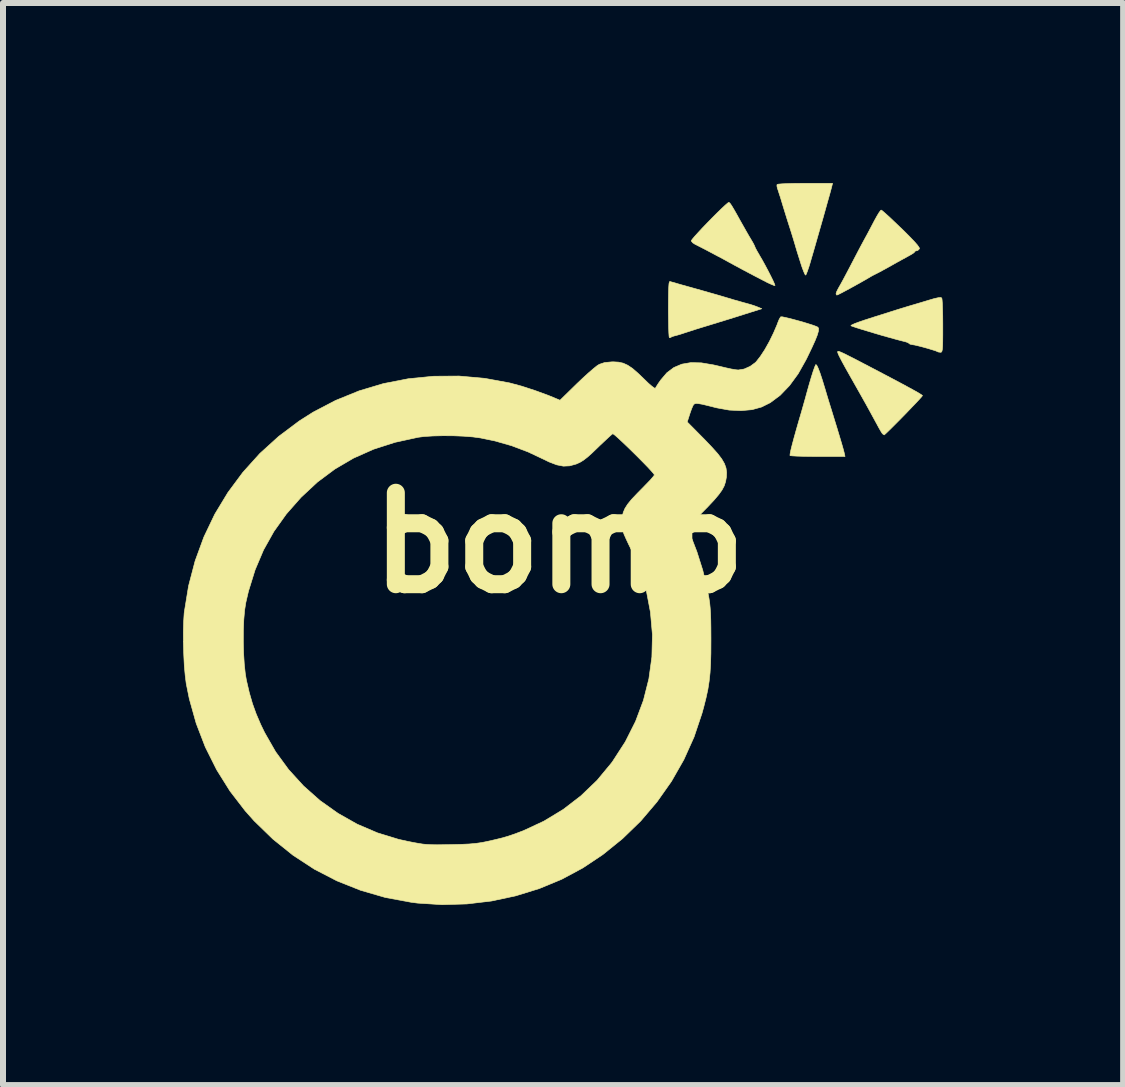
<source format=kicad_pcb>
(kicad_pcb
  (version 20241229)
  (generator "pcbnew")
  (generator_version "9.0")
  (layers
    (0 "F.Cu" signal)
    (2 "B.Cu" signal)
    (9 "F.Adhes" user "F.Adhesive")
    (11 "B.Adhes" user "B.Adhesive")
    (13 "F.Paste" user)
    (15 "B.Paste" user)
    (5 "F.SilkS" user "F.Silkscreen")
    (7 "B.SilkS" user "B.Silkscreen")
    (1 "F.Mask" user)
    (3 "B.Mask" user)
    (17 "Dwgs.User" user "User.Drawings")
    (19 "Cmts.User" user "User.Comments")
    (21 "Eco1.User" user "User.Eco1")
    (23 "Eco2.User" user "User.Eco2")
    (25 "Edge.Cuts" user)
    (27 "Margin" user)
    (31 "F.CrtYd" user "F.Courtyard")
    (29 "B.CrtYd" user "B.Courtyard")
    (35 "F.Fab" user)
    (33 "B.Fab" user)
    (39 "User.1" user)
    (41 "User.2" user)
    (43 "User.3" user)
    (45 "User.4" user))
  (footprint "bomb"
    (layer "F.Cu")
    (at 6.267 5.995)
    (property "Reference" "bomb" (at 0 0 0) (layer "F.SilkS") (effects (font (size 1.524 1.524) (thickness 0.3))))
    (attr through_hole)
    (fp_poly (pts (xy 4.291 -2.961) (xy 4.314 -2.914) (xy 4.346 -2.831) (xy 4.384 -2.716) (xy 4.425 -2.582) (xy 4.454 -2.484) (xy 4.489 -2.368) (xy 4.524 -2.255) (xy 4.531 -2.233) (xy 4.582 -2.067) (xy 4.63 -1.911) (xy 4.672 -1.771) (xy 4.707 -1.654) (xy 4.733 -1.563) (xy 4.748 -1.506) (xy 4.75 -1.498) (xy 4.763 -1.439) (xy 4.309 -1.439) (xy 4.175 -1.44) (xy 4.056 -1.442) (xy 3.957 -1.445) (xy 3.887 -1.449) (xy 3.85 -1.453) (xy 3.846 -1.455) (xy 3.848 -1.482) (xy 3.86 -1.544) (xy 3.883 -1.636) (xy 3.914 -1.752) (xy 3.952 -1.888) (xy 3.995 -2.038) (xy 4.009 -2.085) (xy 4.038 -2.184) (xy 4.072 -2.304) (xy 4.106 -2.424) (xy 4.117 -2.466) (xy 4.161 -2.623) (xy 4.2 -2.756) (xy 4.233 -2.861) (xy 4.259 -2.933) (xy 4.275 -2.969) (xy 4.276 -2.97) (xy 4.291 -2.961)) (stroke (width 0.01) (type solid)) (fill yes) (layer "F.SilkS"))
    (fp_poly (pts (xy 4.541 -5.932) (xy 4.528 -5.883) (xy 4.506 -5.802) (xy 4.475 -5.693) (xy 4.439 -5.564) (xy 4.399 -5.421) (xy 4.356 -5.271) (xy 4.313 -5.121) (xy 4.272 -4.977) (xy 4.234 -4.845) (xy 4.201 -4.733) (xy 4.176 -4.646) (xy 4.159 -4.591) (xy 4.156 -4.583) (xy 4.134 -4.52) (xy 4.116 -4.475) (xy 4.108 -4.461) (xy 4.096 -4.473) (xy 4.076 -4.517) (xy 4.05 -4.585) (xy 4.038 -4.62) (xy 4.004 -4.727) (xy 3.967 -4.845) (xy 3.936 -4.948) (xy 3.935 -4.953) (xy 3.905 -5.053) (xy 3.869 -5.17) (xy 3.834 -5.28) (xy 3.83 -5.292) (xy 3.795 -5.402) (xy 3.756 -5.528) (xy 3.72 -5.645) (xy 3.715 -5.662) (xy 3.688 -5.752) (xy 3.662 -5.831) (xy 3.644 -5.887) (xy 3.638 -5.902) (xy 3.628 -5.947) (xy 3.631 -5.971) (xy 3.655 -5.977) (xy 3.716 -5.982) (xy 3.807 -5.986) (xy 3.922 -5.989) (xy 4.057 -5.99) (xy 4.099 -5.99) (xy 4.555 -5.99) (xy 4.541 -5.932)) (stroke (width 0.01) (type solid)) (fill yes) (layer "F.SilkS"))
    (fp_poly (pts (xy 1.847 -4.355) (xy 1.875 -4.346) (xy 1.937 -4.329) (xy 2.025 -4.303) (xy 2.133 -4.273) (xy 2.233 -4.245) (xy 2.369 -4.207) (xy 2.508 -4.167) (xy 2.638 -4.13) (xy 2.747 -4.098) (xy 2.794 -4.084) (xy 2.896 -4.053) (xy 2.999 -4.024) (xy 3.084 -4) (xy 3.111 -3.993) (xy 3.193 -3.97) (xy 3.27 -3.944) (xy 3.302 -3.932) (xy 3.376 -3.901) (xy 3.069 -3.804) (xy 2.933 -3.761) (xy 2.785 -3.715) (xy 2.641 -3.671) (xy 2.518 -3.633) (xy 2.508 -3.63) (xy 2.393 -3.595) (xy 2.276 -3.559) (xy 2.172 -3.525) (xy 2.106 -3.504) (xy 2.027 -3.478) (xy 1.96 -3.458) (xy 1.917 -3.447) (xy 1.916 -3.447) (xy 1.875 -3.434) (xy 1.861 -3.423) (xy 1.838 -3.419) (xy 1.835 -3.422) (xy 1.831 -3.446) (xy 1.827 -3.507) (xy 1.824 -3.597) (xy 1.822 -3.711) (xy 1.82 -3.841) (xy 1.82 -3.9) (xy 1.821 -4.058) (xy 1.823 -4.178) (xy 1.826 -4.263) (xy 1.83 -4.318) (xy 1.837 -4.348) (xy 1.846 -4.355) (xy 1.847 -4.355)) (stroke (width 0.01) (type solid)) (fill yes) (layer "F.SilkS"))
    (fp_poly (pts (xy 4.672 -3.186) (xy 4.706 -3.172) (xy 4.758 -3.148) (xy 4.831 -3.111) (xy 4.93 -3.061) (xy 5.056 -2.995) (xy 5.215 -2.912) (xy 5.324 -2.855) (xy 5.525 -2.749) (xy 5.691 -2.661) (xy 5.822 -2.59) (xy 5.923 -2.535) (xy 5.993 -2.495) (xy 6.036 -2.468) (xy 6.053 -2.454) (xy 6.054 -2.453) (xy 6.039 -2.434) (xy 6.001 -2.391) (xy 5.943 -2.329) (xy 5.87 -2.253) (xy 5.79 -2.169) (xy 5.705 -2.082) (xy 5.623 -1.999) (xy 5.547 -1.923) (xy 5.484 -1.861) (xy 5.439 -1.818) (xy 5.417 -1.799) (xy 5.416 -1.799) (xy 5.393 -1.813) (xy 5.381 -1.826) (xy 5.362 -1.856) (xy 5.329 -1.913) (xy 5.289 -1.987) (xy 5.272 -2.018) (xy 5.23 -2.095) (xy 5.174 -2.198) (xy 5.109 -2.316) (xy 5.041 -2.437) (xy 5.009 -2.494) (xy 4.909 -2.671) (xy 4.828 -2.814) (xy 4.764 -2.928) (xy 4.716 -3.016) (xy 4.682 -3.081) (xy 4.659 -3.127) (xy 4.646 -3.158) (xy 4.64 -3.177) (xy 4.641 -3.187) (xy 4.644 -3.19) (xy 4.652 -3.192) (xy 4.672 -3.186)) (stroke (width 0.01) (type solid)) (fill yes) (layer "F.SilkS"))
    (fp_poly (pts (xy 2.837 -5.668) (xy 2.853 -5.65) (xy 2.876 -5.616) (xy 2.91 -5.559) (xy 2.957 -5.477) (xy 3.019 -5.365) (xy 3.066 -5.282) (xy 3.114 -5.197) (xy 3.165 -5.108) (xy 3.198 -5.053) (xy 3.232 -4.995) (xy 3.254 -4.952) (xy 3.26 -4.937) (xy 3.27 -4.912) (xy 3.297 -4.862) (xy 3.335 -4.797) (xy 3.336 -4.794) (xy 3.382 -4.716) (xy 3.431 -4.627) (xy 3.48 -4.535) (xy 3.525 -4.447) (xy 3.562 -4.372) (xy 3.587 -4.316) (xy 3.596 -4.289) (xy 3.596 -4.287) (xy 3.574 -4.291) (xy 3.526 -4.311) (xy 3.471 -4.336) (xy 3.392 -4.377) (xy 3.286 -4.432) (xy 3.166 -4.495) (xy 3.042 -4.561) (xy 2.925 -4.624) (xy 2.826 -4.678) (xy 2.826 -4.678) (xy 2.743 -4.724) (xy 2.643 -4.777) (xy 2.536 -4.834) (xy 2.434 -4.888) (xy 2.346 -4.933) (xy 2.282 -4.966) (xy 2.27 -4.971) (xy 2.225 -5) (xy 2.202 -5.029) (xy 2.201 -5.033) (xy 2.216 -5.056) (xy 2.255 -5.103) (xy 2.314 -5.168) (xy 2.386 -5.246) (xy 2.467 -5.33) (xy 2.552 -5.417) (xy 2.633 -5.498) (xy 2.707 -5.57) (xy 2.768 -5.627) (xy 2.81 -5.663) (xy 2.826 -5.673) (xy 2.837 -5.668)) (stroke (width 0.01) (type solid)) (fill yes) (layer "F.SilkS"))
    (fp_poly (pts (xy 5.387 -5.531) (xy 5.433 -5.491) (xy 5.5 -5.431) (xy 5.582 -5.353) (xy 5.675 -5.264) (xy 5.702 -5.239) (xy 5.822 -5.12) (xy 5.912 -5.027) (xy 5.971 -4.96) (xy 6 -4.917) (xy 6.004 -4.901) (xy 5.976 -4.872) (xy 5.959 -4.868) (xy 5.93 -4.86) (xy 5.927 -4.852) (xy 5.91 -4.833) (xy 5.867 -4.805) (xy 5.847 -4.794) (xy 5.797 -4.766) (xy 5.72 -4.724) (xy 5.629 -4.674) (xy 5.551 -4.63) (xy 5.46 -4.579) (xy 5.379 -4.535) (xy 5.318 -4.502) (xy 5.286 -4.486) (xy 5.229 -4.457) (xy 5.196 -4.439) (xy 5.127 -4.398) (xy 5.041 -4.349) (xy 4.948 -4.297) (xy 4.854 -4.245) (xy 4.767 -4.198) (xy 4.695 -4.16) (xy 4.645 -4.135) (xy 4.626 -4.128) (xy 4.615 -4.144) (xy 4.614 -4.154) (xy 4.625 -4.188) (xy 4.651 -4.239) (xy 4.66 -4.255) (xy 4.685 -4.299) (xy 4.726 -4.373) (xy 4.776 -4.467) (xy 4.832 -4.573) (xy 4.859 -4.625) (xy 4.919 -4.74) (xy 4.979 -4.855) (xy 5.033 -4.957) (xy 5.076 -5.037) (xy 5.088 -5.059) (xy 5.135 -5.145) (xy 5.19 -5.249) (xy 5.244 -5.352) (xy 5.254 -5.371) (xy 5.296 -5.447) (xy 5.332 -5.506) (xy 5.358 -5.54) (xy 5.366 -5.545) (xy 5.387 -5.531)) (stroke (width 0.01) (type solid)) (fill yes) (layer "F.SilkS"))
    (fp_poly (pts (xy 6.375 -4.079) (xy 6.38 -4.051) (xy 6.385 -3.987) (xy 6.388 -3.895) (xy 6.391 -3.78) (xy 6.392 -3.65) (xy 6.392 -3.614) (xy 6.392 -3.467) (xy 6.391 -3.357) (xy 6.389 -3.279) (xy 6.385 -3.227) (xy 6.379 -3.196) (xy 6.371 -3.18) (xy 6.359 -3.175) (xy 6.354 -3.175) (xy 6.316 -3.18) (xy 6.305 -3.185) (xy 6.279 -3.197) (xy 6.223 -3.215) (xy 6.148 -3.238) (xy 6.066 -3.261) (xy 5.988 -3.281) (xy 5.924 -3.296) (xy 5.886 -3.302) (xy 5.885 -3.302) (xy 5.845 -3.311) (xy 5.832 -3.322) (xy 5.805 -3.339) (xy 5.755 -3.355) (xy 5.752 -3.355) (xy 5.696 -3.369) (xy 5.613 -3.391) (xy 5.512 -3.419) (xy 5.397 -3.451) (xy 5.278 -3.486) (xy 5.162 -3.521) (xy 5.055 -3.553) (xy 4.965 -3.581) (xy 4.899 -3.603) (xy 4.864 -3.616) (xy 4.861 -3.618) (xy 4.874 -3.63) (xy 4.921 -3.652) (xy 4.996 -3.68) (xy 5.092 -3.713) (xy 5.158 -3.734) (xy 5.282 -3.774) (xy 5.407 -3.813) (xy 5.52 -3.849) (xy 5.609 -3.877) (xy 5.63 -3.884) (xy 5.718 -3.911) (xy 5.8 -3.936) (xy 5.86 -3.954) (xy 5.863 -3.955) (xy 5.915 -3.97) (xy 5.995 -3.994) (xy 6.089 -4.022) (xy 6.148 -4.04) (xy 6.25 -4.07) (xy 6.318 -4.085) (xy 6.358 -4.088) (xy 6.375 -4.079)) (stroke (width 0.01) (type solid)) (fill yes) (layer "F.SilkS"))
    (fp_poly (pts (xy 3.718 -3.766) (xy 3.775 -3.754) (xy 3.855 -3.735) (xy 3.948 -3.71) (xy 4.047 -3.683) (xy 4.142 -3.654) (xy 4.224 -3.628) (xy 4.284 -3.606) (xy 4.311 -3.593) (xy 4.323 -3.571) (xy 4.32 -3.528) (xy 4.301 -3.462) (xy 4.264 -3.369) (xy 4.208 -3.246) (xy 4.133 -3.09) (xy 4.112 -3.048) (xy 3.982 -2.817) (xy 3.838 -2.62) (xy 3.683 -2.459) (xy 3.517 -2.335) (xy 3.372 -2.263) (xy 3.214 -2.219) (xy 3.031 -2.203) (xy 2.833 -2.212) (xy 2.628 -2.249) (xy 2.603 -2.255) (xy 2.476 -2.287) (xy 2.385 -2.309) (xy 2.321 -2.32) (xy 2.28 -2.323) (xy 2.254 -2.315) (xy 2.238 -2.3) (xy 2.228 -2.282) (xy 2.207 -2.234) (xy 2.182 -2.164) (xy 2.169 -2.124) (xy 2.134 -2.014) (xy 2.422 -1.723) (xy 2.545 -1.594) (xy 2.64 -1.488) (xy 2.708 -1.399) (xy 2.754 -1.32) (xy 2.78 -1.247) (xy 2.79 -1.175) (xy 2.787 -1.097) (xy 2.786 -1.093) (xy 2.773 -1.02) (xy 2.751 -0.951) (xy 2.714 -0.881) (xy 2.659 -0.804) (xy 2.582 -0.713) (xy 2.48 -0.604) (xy 2.413 -0.536) (xy 2.136 -0.256) (xy 2.17 -0.176) (xy 2.295 0.148) (xy 2.393 0.458) (xy 2.468 0.771) (xy 2.48 0.836) (xy 2.496 0.922) (xy 2.508 1.002) (xy 2.516 1.084) (xy 2.522 1.174) (xy 2.526 1.282) (xy 2.528 1.415) (xy 2.529 1.58) (xy 2.529 1.63) (xy 2.528 1.839) (xy 2.523 2.015) (xy 2.514 2.167) (xy 2.499 2.306) (xy 2.478 2.441) (xy 2.448 2.58) (xy 2.409 2.735) (xy 2.379 2.843) (xy 2.248 3.234) (xy 2.078 3.612) (xy 1.872 3.973) (xy 1.631 4.315) (xy 1.359 4.635) (xy 1.056 4.929) (xy 0.727 5.195) (xy 0.394 5.417) (xy 0.042 5.606) (xy -0.332 5.761) (xy -0.724 5.882) (xy -1.127 5.968) (xy -1.538 6.017) (xy -1.95 6.029) (xy -2.358 6.003) (xy -2.466 5.989) (xy -2.897 5.909) (xy -3.31 5.789) (xy -3.704 5.632) (xy -4.079 5.438) (xy -4.434 5.206) (xy -4.769 4.937) (xy -5.083 4.632) (xy -5.231 4.466) (xy -5.485 4.136) (xy -5.707 3.781) (xy -5.896 3.403) (xy -6.048 3.008) (xy -6.163 2.598) (xy -6.214 2.345) (xy -6.231 2.21) (xy -6.246 2.045) (xy -6.255 1.861) (xy -6.261 1.669) (xy -6.261 1.65) (xy -5.263 1.65) (xy -5.258 1.84) (xy -5.247 2.019) (xy -5.23 2.178) (xy -5.212 2.286) (xy -5.163 2.497) (xy -5.11 2.68) (xy -5.048 2.852) (xy -4.973 3.027) (xy -4.908 3.161) (xy -4.725 3.481) (xy -4.508 3.778) (xy -4.26 4.05) (xy -3.985 4.294) (xy -3.685 4.507) (xy -3.365 4.688) (xy -3.026 4.833) (xy -2.673 4.941) (xy -2.528 4.973) (xy -2.423 4.994) (xy -2.339 5.009) (xy -2.268 5.02) (xy -2.2 5.026) (xy -2.124 5.03) (xy -2.033 5.031) (xy -1.917 5.03) (xy -1.799 5.028) (xy -1.633 5.024) (xy -1.499 5.018) (xy -1.388 5.008) (xy -1.29 4.994) (xy -1.206 4.977) (xy -1.06 4.944) (xy -0.942 4.915) (xy -0.841 4.885) (xy -0.744 4.852) (xy -0.638 4.812) (xy -0.598 4.797) (xy -0.254 4.637) (xy 0.068 4.442) (xy 0.363 4.215) (xy 0.631 3.958) (xy 0.869 3.671) (xy 0.891 3.641) (xy 1.102 3.315) (xy 1.273 2.975) (xy 1.404 2.625) (xy 1.495 2.266) (xy 1.545 1.901) (xy 1.554 1.53) (xy 1.521 1.156) (xy 1.458 0.826) (xy 1.418 0.673) (xy 1.377 0.537) (xy 1.33 0.405) (xy 1.271 0.266) (xy 1.198 0.107) (xy 1.161 0.032) (xy 1.113 -0.07) (xy 1.08 -0.145) (xy 1.061 -0.204) (xy 1.051 -0.259) (xy 1.048 -0.319) (xy 1.048 -0.349) (xy 1.052 -0.43) (xy 1.066 -0.502) (xy 1.095 -0.571) (xy 1.141 -0.644) (xy 1.209 -0.727) (xy 1.304 -0.827) (xy 1.375 -0.899) (xy 1.451 -0.977) (xy 1.516 -1.044) (xy 1.562 -1.097) (xy 1.586 -1.128) (xy 1.587 -1.132) (xy 1.573 -1.154) (xy 1.533 -1.2) (xy 1.474 -1.264) (xy 1.399 -1.341) (xy 1.315 -1.426) (xy 1.226 -1.514) (xy 1.139 -1.599) (xy 1.057 -1.677) (xy 0.986 -1.743) (xy 0.932 -1.791) (xy 0.9 -1.815) (xy 0.893 -1.818) (xy 0.871 -1.801) (xy 0.825 -1.76) (xy 0.76 -1.699) (xy 0.682 -1.626) (xy 0.64 -1.585) (xy 0.542 -1.491) (xy 0.465 -1.423) (xy 0.402 -1.375) (xy 0.346 -1.341) (xy 0.29 -1.316) (xy 0.284 -1.313) (xy 0.175 -1.283) (xy 0.07 -1.278) (xy -0.042 -1.3) (xy -0.17 -1.349) (xy -0.239 -1.383) (xy -0.519 -1.515) (xy -0.791 -1.618) (xy -1.071 -1.698) (xy -1.312 -1.748) (xy -1.438 -1.765) (xy -1.591 -1.777) (xy -1.761 -1.784) (xy -1.936 -1.785) (xy -2.102 -1.781) (xy -2.249 -1.772) (xy -2.349 -1.759) (xy -2.734 -1.675) (xy -3.092 -1.56) (xy -3.425 -1.412) (xy -3.736 -1.23) (xy -4.027 -1.013) (xy -4.3 -0.759) (xy -4.302 -0.757) (xy -4.546 -0.48) (xy -4.753 -0.19) (xy -4.926 0.119) (xy -5.066 0.449) (xy -5.177 0.806) (xy -5.221 0.995) (xy -5.241 1.122) (xy -5.255 1.281) (xy -5.262 1.46) (xy -5.263 1.65) (xy -6.261 1.65) (xy -6.262 1.482) (xy -6.257 1.312) (xy -6.248 1.169) (xy -6.245 1.148) (xy -6.175 0.718) (xy -6.066 0.302) (xy -5.92 -0.097) (xy -5.738 -0.478) (xy -5.52 -0.838) (xy -5.27 -1.175) (xy -4.988 -1.488) (xy -4.674 -1.773) (xy -4.332 -2.03) (xy -4.1 -2.177) (xy -3.725 -2.373) (xy -3.334 -2.532) (xy -2.93 -2.653) (xy -2.515 -2.734) (xy -2.093 -2.776) (xy -1.668 -2.779) (xy -1.241 -2.741) (xy -0.827 -2.665) (xy -0.626 -2.611) (xy -0.402 -2.538) (xy -0.171 -2.453) (xy -0.062 -2.408) (xy 0.014 -2.376) (xy 0.299 -2.655) (xy 0.395 -2.746) (xy 0.486 -2.829) (xy 0.567 -2.899) (xy 0.63 -2.95) (xy 0.668 -2.974) (xy 0.757 -3.004) (xy 0.872 -3.015) (xy 0.9 -3.016) (xy 0.988 -3.011) (xy 1.066 -2.994) (xy 1.141 -2.96) (xy 1.222 -2.906) (xy 1.314 -2.826) (xy 1.417 -2.727) (xy 1.486 -2.66) (xy 1.544 -2.61) (xy 1.585 -2.58) (xy 1.602 -2.575) (xy 1.602 -2.575) (xy 1.619 -2.604) (xy 1.652 -2.656) (xy 1.693 -2.714) (xy 1.795 -2.834) (xy 1.911 -2.921) (xy 2.043 -2.977) (xy 2.194 -3.003) (xy 2.369 -2.999) (xy 2.571 -2.965) (xy 2.667 -2.943) (xy 2.771 -2.918) (xy 2.866 -2.897) (xy 2.943 -2.884) (xy 2.985 -2.88) (xy 3.082 -2.896) (xy 3.183 -2.941) (xy 3.269 -3.004) (xy 3.284 -3.019) (xy 3.352 -3.106) (xy 3.428 -3.222) (xy 3.503 -3.356) (xy 3.572 -3.497) (xy 3.63 -3.632) (xy 3.643 -3.668) (xy 3.666 -3.724) (xy 3.688 -3.762) (xy 3.693 -3.766) (xy 3.718 -3.766)) (stroke (width 0.01) (type solid)) (fill yes) (layer "F.SilkS")))
  (gr_rect
    (start -3 -3)
    (end 15.664 15.03)
    (stroke (width 0.1) (type default))
    (fill no)
    (layer "Edge.Cuts")))
</source>
